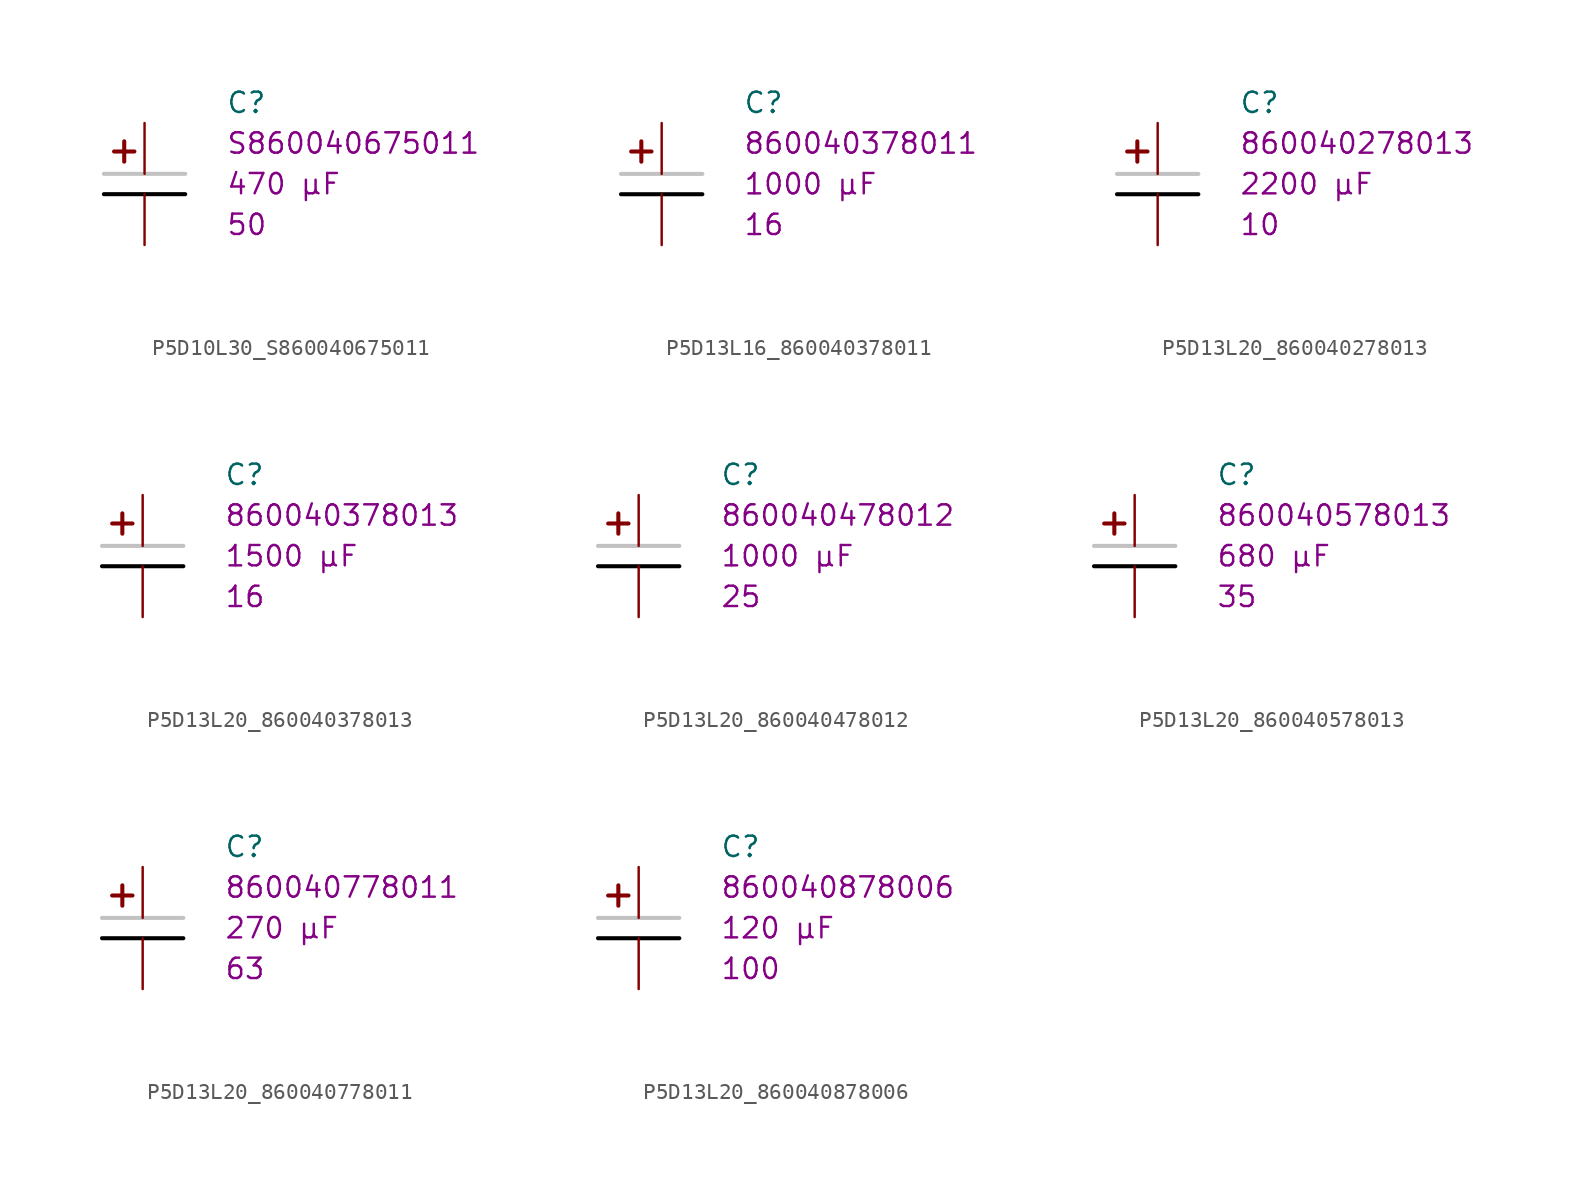
<source format=kicad_sym>
(kicad_symbol_lib
  (version 20220914)
  (generator kicad_symbol_editor)
  (symbol "P5D10L30_S860040675011"
    (pin_numbers hide)
    (pin_names hide)
    (property "Reference" "C"
      (at 5.08 5.08 0)
      (effects (font (size 1.27 1.27)) (justify left)))
    (property "Part Number" "S860040675011"
      (at 5.08 2.54 0)
      (effects (font (size 1.27 1.27)) (justify left)))
    (property "Capacitance" "470 µF"
      (at 5.08 0 0)
      (effects (font (size 1.27 1.27)) (justify left)))
    (property "Voltage" "50"
      (at 5.08 -2.54 0)
      (effects (font (size 1.27 1.27)) (justify left)))
    (property "Critical Parameter" ""
      (at 0 -7.62 0)
      (effects (font (size 1.27 1.27)) (justify left)))
    (symbol "P5D10L30_S860040675011_1_1"
      (polyline (pts (xy -1.27 2.667) (xy -1.27 1.397)) (stroke (width 0.254) (type default)) (fill (type none)))
      (polyline (pts (xy -0.635 2.032) (xy -1.905 2.032)) (stroke (width 0.254) (type default)) (fill (type none)))
      (polyline (pts (xy 2.54 -0.635) (xy -2.54 -0.635)) (stroke (width 0.254) (type default) (color 0 0 0 1)) (fill (type none)))
      (polyline (pts (xy 2.54 0.635) (xy -2.54 0.635)) (stroke (width 0.254) (type default) (color 194 194 194 1)) (fill (type none)))
      (pin passive line (at 0 3.81 270) (length 3.175) (name "1" (effects (font (size 1.27 1.27)))) (number "1" (effects (font (size 1.27 1.27)))))
      (pin passive line (at 0 -3.81 90) (length 3.175) (name "2" (effects (font (size 1.27 1.27)))) (number "2" (effects (font (size 1.27 1.27)))))))
  (symbol "P5D13L16_860040378011"
    (pin_numbers hide)
    (pin_names hide)
    (property "Reference" "C"
      (at 5.08 5.08 0)
      (effects (font (size 1.27 1.27)) (justify left)))
    (property "Part Number" "860040378011"
      (at 5.08 2.54 0)
      (effects (font (size 1.27 1.27)) (justify left)))
    (property "Capacitance" "1000 µF"
      (at 5.08 0 0)
      (effects (font (size 1.27 1.27)) (justify left)))
    (property "Voltage" "16"
      (at 5.08 -2.54 0)
      (effects (font (size 1.27 1.27)) (justify left)))
    (property "Critical Parameter" ""
      (at 0 -7.62 0)
      (effects (font (size 1.27 1.27)) (justify left)))
    (symbol "P5D13L16_860040378011_1_1"
      (polyline (pts (xy -1.27 2.667) (xy -1.27 1.397)) (stroke (width 0.254) (type default)) (fill (type none)))
      (polyline (pts (xy -0.635 2.032) (xy -1.905 2.032)) (stroke (width 0.254) (type default)) (fill (type none)))
      (polyline (pts (xy 2.54 -0.635) (xy -2.54 -0.635)) (stroke (width 0.254) (type default) (color 0 0 0 1)) (fill (type none)))
      (polyline (pts (xy 2.54 0.635) (xy -2.54 0.635)) (stroke (width 0.254) (type default) (color 194 194 194 1)) (fill (type none)))
      (pin passive line (at 0 3.81 270) (length 3.175) (name "1" (effects (font (size 1.27 1.27)))) (number "1" (effects (font (size 1.27 1.27)))))
      (pin passive line (at 0 -3.81 90) (length 3.175) (name "2" (effects (font (size 1.27 1.27)))) (number "2" (effects (font (size 1.27 1.27)))))))
  (symbol "P5D13L20_860040278013"
    (pin_numbers hide)
    (pin_names hide)
    (property "Reference" "C"
      (at 5.08 5.08 0)
      (effects (font (size 1.27 1.27)) (justify left)))
    (property "Part Number" "860040278013"
      (at 5.08 2.54 0)
      (effects (font (size 1.27 1.27)) (justify left)))
    (property "Capacitance" "2200 µF"
      (at 5.08 0 0)
      (effects (font (size 1.27 1.27)) (justify left)))
    (property "Voltage" "10"
      (at 5.08 -2.54 0)
      (effects (font (size 1.27 1.27)) (justify left)))
    (property "Critical Parameter" ""
      (at 0 -7.62 0)
      (effects (font (size 1.27 1.27)) (justify left)))
    (symbol "P5D13L20_860040278013_1_1"
      (polyline (pts (xy -1.27 2.667) (xy -1.27 1.397)) (stroke (width 0.254) (type default)) (fill (type none)))
      (polyline (pts (xy -0.635 2.032) (xy -1.905 2.032)) (stroke (width 0.254) (type default)) (fill (type none)))
      (polyline (pts (xy 2.54 -0.635) (xy -2.54 -0.635)) (stroke (width 0.254) (type default) (color 0 0 0 1)) (fill (type none)))
      (polyline (pts (xy 2.54 0.635) (xy -2.54 0.635)) (stroke (width 0.254) (type default) (color 194 194 194 1)) (fill (type none)))
      (pin passive line (at 0 3.81 270) (length 3.175) (name "1" (effects (font (size 1.27 1.27)))) (number "1" (effects (font (size 1.27 1.27)))))
      (pin passive line (at 0 -3.81 90) (length 3.175) (name "2" (effects (font (size 1.27 1.27)))) (number "2" (effects (font (size 1.27 1.27)))))))
  (symbol "P5D13L20_860040378013"
    (pin_numbers hide)
    (pin_names hide)
    (property "Reference" "C"
      (at 5.08 5.08 0)
      (effects (font (size 1.27 1.27)) (justify left)))
    (property "Part Number" "860040378013"
      (at 5.08 2.54 0)
      (effects (font (size 1.27 1.27)) (justify left)))
    (property "Capacitance" "1500 µF"
      (at 5.08 0 0)
      (effects (font (size 1.27 1.27)) (justify left)))
    (property "Voltage" "16"
      (at 5.08 -2.54 0)
      (effects (font (size 1.27 1.27)) (justify left)))
    (property "Critical Parameter" ""
      (at 0 -7.62 0)
      (effects (font (size 1.27 1.27)) (justify left)))
    (symbol "P5D13L20_860040378013_1_1"
      (polyline (pts (xy -1.27 2.667) (xy -1.27 1.397)) (stroke (width 0.254) (type default)) (fill (type none)))
      (polyline (pts (xy -0.635 2.032) (xy -1.905 2.032)) (stroke (width 0.254) (type default)) (fill (type none)))
      (polyline (pts (xy 2.54 -0.635) (xy -2.54 -0.635)) (stroke (width 0.254) (type default) (color 0 0 0 1)) (fill (type none)))
      (polyline (pts (xy 2.54 0.635) (xy -2.54 0.635)) (stroke (width 0.254) (type default) (color 194 194 194 1)) (fill (type none)))
      (pin passive line (at 0 3.81 270) (length 3.175) (name "1" (effects (font (size 1.27 1.27)))) (number "1" (effects (font (size 1.27 1.27)))))
      (pin passive line (at 0 -3.81 90) (length 3.175) (name "2" (effects (font (size 1.27 1.27)))) (number "2" (effects (font (size 1.27 1.27)))))))
  (symbol "P5D13L20_860040478012"
    (pin_numbers hide)
    (pin_names hide)
    (property "Reference" "C"
      (at 5.08 5.08 0)
      (effects (font (size 1.27 1.27)) (justify left)))
    (property "Part Number" "860040478012"
      (at 5.08 2.54 0)
      (effects (font (size 1.27 1.27)) (justify left)))
    (property "Capacitance" "1000 µF"
      (at 5.08 0 0)
      (effects (font (size 1.27 1.27)) (justify left)))
    (property "Voltage" "25"
      (at 5.08 -2.54 0)
      (effects (font (size 1.27 1.27)) (justify left)))
    (property "Critical Parameter" ""
      (at 0 -7.62 0)
      (effects (font (size 1.27 1.27)) (justify left)))
    (symbol "P5D13L20_860040478012_1_1"
      (polyline (pts (xy -1.27 2.667) (xy -1.27 1.397)) (stroke (width 0.254) (type default)) (fill (type none)))
      (polyline (pts (xy -0.635 2.032) (xy -1.905 2.032)) (stroke (width 0.254) (type default)) (fill (type none)))
      (polyline (pts (xy 2.54 -0.635) (xy -2.54 -0.635)) (stroke (width 0.254) (type default) (color 0 0 0 1)) (fill (type none)))
      (polyline (pts (xy 2.54 0.635) (xy -2.54 0.635)) (stroke (width 0.254) (type default) (color 194 194 194 1)) (fill (type none)))
      (pin passive line (at 0 3.81 270) (length 3.175) (name "1" (effects (font (size 1.27 1.27)))) (number "1" (effects (font (size 1.27 1.27)))))
      (pin passive line (at 0 -3.81 90) (length 3.175) (name "2" (effects (font (size 1.27 1.27)))) (number "2" (effects (font (size 1.27 1.27)))))))
  (symbol "P5D13L20_860040578013"
    (pin_numbers hide)
    (pin_names hide)
    (property "Reference" "C"
      (at 5.08 5.08 0)
      (effects (font (size 1.27 1.27)) (justify left)))
    (property "Part Number" "860040578013"
      (at 5.08 2.54 0)
      (effects (font (size 1.27 1.27)) (justify left)))
    (property "Capacitance" "680 µF"
      (at 5.08 0 0)
      (effects (font (size 1.27 1.27)) (justify left)))
    (property "Voltage" "35"
      (at 5.08 -2.54 0)
      (effects (font (size 1.27 1.27)) (justify left)))
    (property "Critical Parameter" ""
      (at 0 -7.62 0)
      (effects (font (size 1.27 1.27)) (justify left)))
    (symbol "P5D13L20_860040578013_1_1"
      (polyline (pts (xy -1.27 2.667) (xy -1.27 1.397)) (stroke (width 0.254) (type default)) (fill (type none)))
      (polyline (pts (xy -0.635 2.032) (xy -1.905 2.032)) (stroke (width 0.254) (type default)) (fill (type none)))
      (polyline (pts (xy 2.54 -0.635) (xy -2.54 -0.635)) (stroke (width 0.254) (type default) (color 0 0 0 1)) (fill (type none)))
      (polyline (pts (xy 2.54 0.635) (xy -2.54 0.635)) (stroke (width 0.254) (type default) (color 194 194 194 1)) (fill (type none)))
      (pin passive line (at 0 3.81 270) (length 3.175) (name "1" (effects (font (size 1.27 1.27)))) (number "1" (effects (font (size 1.27 1.27)))))
      (pin passive line (at 0 -3.81 90) (length 3.175) (name "2" (effects (font (size 1.27 1.27)))) (number "2" (effects (font (size 1.27 1.27)))))))
  (symbol "P5D13L20_860040778011"
    (pin_numbers hide)
    (pin_names hide)
    (property "Reference" "C"
      (at 5.08 5.08 0)
      (effects (font (size 1.27 1.27)) (justify left)))
    (property "Part Number" "860040778011"
      (at 5.08 2.54 0)
      (effects (font (size 1.27 1.27)) (justify left)))
    (property "Capacitance" "270 µF"
      (at 5.08 0 0)
      (effects (font (size 1.27 1.27)) (justify left)))
    (property "Voltage" "63"
      (at 5.08 -2.54 0)
      (effects (font (size 1.27 1.27)) (justify left)))
    (property "Critical Parameter" ""
      (at 0 -7.62 0)
      (effects (font (size 1.27 1.27)) (justify left)))
    (symbol "P5D13L20_860040778011_1_1"
      (polyline (pts (xy -1.27 2.667) (xy -1.27 1.397)) (stroke (width 0.254) (type default)) (fill (type none)))
      (polyline (pts (xy -0.635 2.032) (xy -1.905 2.032)) (stroke (width 0.254) (type default)) (fill (type none)))
      (polyline (pts (xy 2.54 -0.635) (xy -2.54 -0.635)) (stroke (width 0.254) (type default) (color 0 0 0 1)) (fill (type none)))
      (polyline (pts (xy 2.54 0.635) (xy -2.54 0.635)) (stroke (width 0.254) (type default) (color 194 194 194 1)) (fill (type none)))
      (pin passive line (at 0 3.81 270) (length 3.175) (name "1" (effects (font (size 1.27 1.27)))) (number "1" (effects (font (size 1.27 1.27)))))
      (pin passive line (at 0 -3.81 90) (length 3.175) (name "2" (effects (font (size 1.27 1.27)))) (number "2" (effects (font (size 1.27 1.27)))))))
  (symbol "P5D13L20_860040878006"
    (pin_numbers hide)
    (pin_names hide)
    (property "Reference" "C"
      (at 5.08 5.08 0)
      (effects (font (size 1.27 1.27)) (justify left)))
    (property "Part Number" "860040878006"
      (at 5.08 2.54 0)
      (effects (font (size 1.27 1.27)) (justify left)))
    (property "Capacitance" "120 µF"
      (at 5.08 0 0)
      (effects (font (size 1.27 1.27)) (justify left)))
    (property "Voltage" "100"
      (at 5.08 -2.54 0)
      (effects (font (size 1.27 1.27)) (justify left)))
    (property "Critical Parameter" ""
      (at 0 -7.62 0)
      (effects (font (size 1.27 1.27)) (justify left)))
    (symbol "P5D13L20_860040878006_1_1"
      (polyline (pts (xy -1.27 2.667) (xy -1.27 1.397)) (stroke (width 0.254) (type default)) (fill (type none)))
      (polyline (pts (xy -0.635 2.032) (xy -1.905 2.032)) (stroke (width 0.254) (type default)) (fill (type none)))
      (polyline (pts (xy 2.54 -0.635) (xy -2.54 -0.635)) (stroke (width 0.254) (type default) (color 0 0 0 1)) (fill (type none)))
      (polyline (pts (xy 2.54 0.635) (xy -2.54 0.635)) (stroke (width 0.254) (type default) (color 194 194 194 1)) (fill (type none)))
      (pin passive line (at 0 3.81 270) (length 3.175) (name "1" (effects (font (size 1.27 1.27)))) (number "1" (effects (font (size 1.27 1.27)))))
      (pin passive line (at 0 -3.81 90) (length 3.175) (name "2" (effects (font (size 1.27 1.27)))) (number "2" (effects (font (size 1.27 1.27))))))))
</source>
